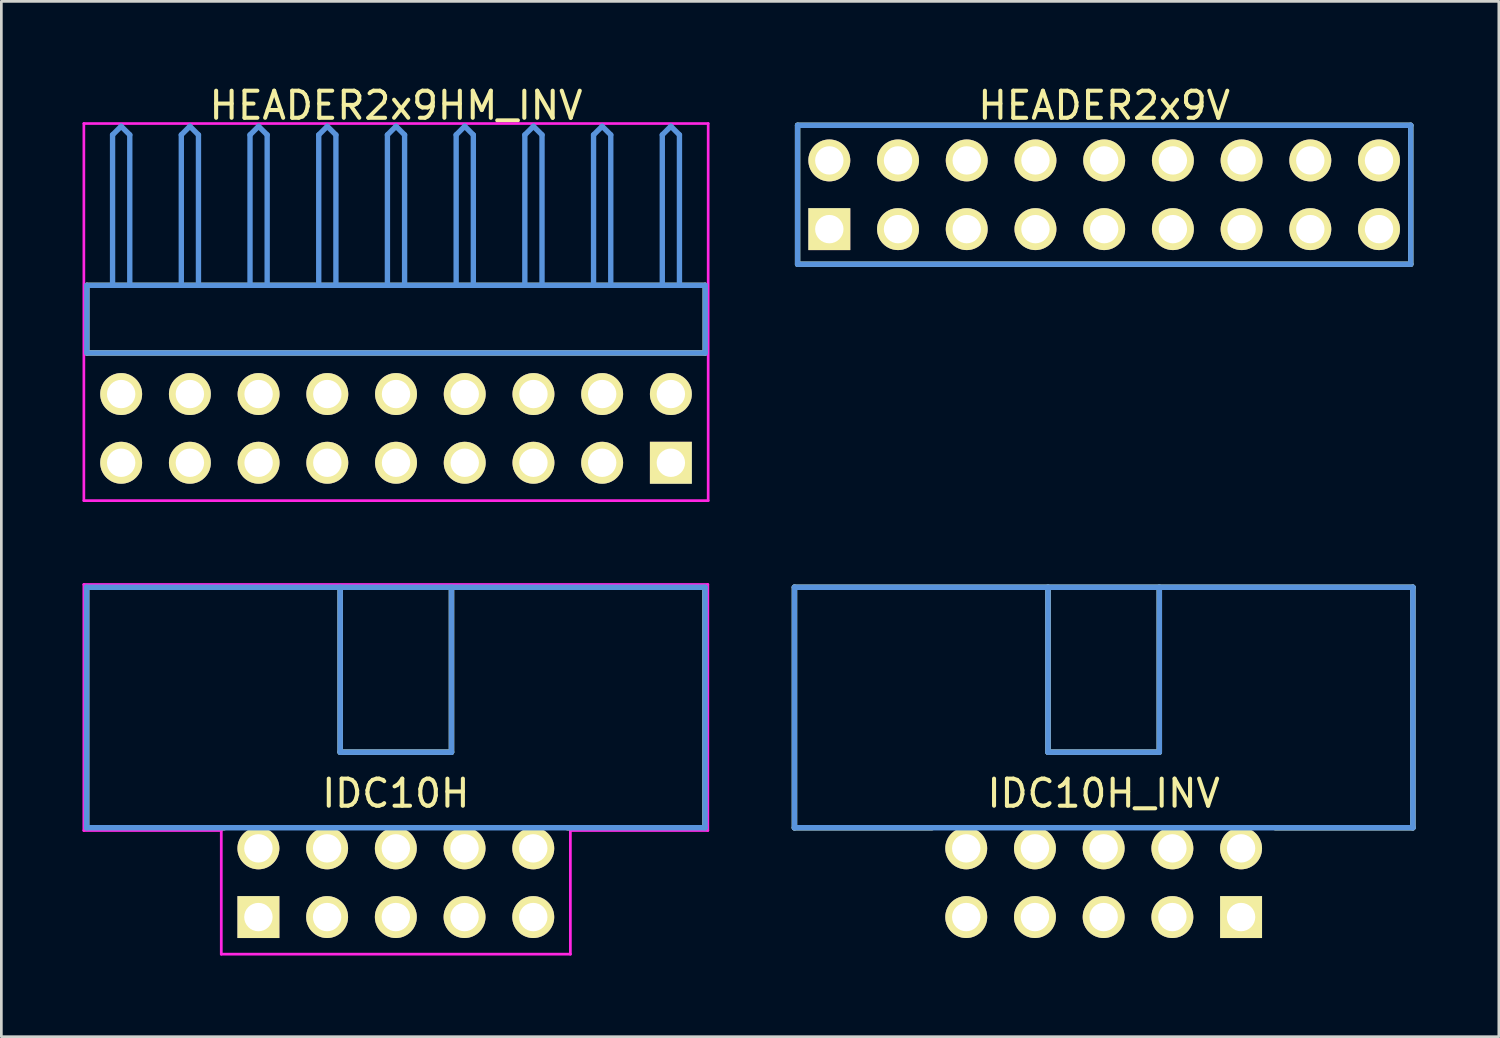
<source format=kicad_pcb>
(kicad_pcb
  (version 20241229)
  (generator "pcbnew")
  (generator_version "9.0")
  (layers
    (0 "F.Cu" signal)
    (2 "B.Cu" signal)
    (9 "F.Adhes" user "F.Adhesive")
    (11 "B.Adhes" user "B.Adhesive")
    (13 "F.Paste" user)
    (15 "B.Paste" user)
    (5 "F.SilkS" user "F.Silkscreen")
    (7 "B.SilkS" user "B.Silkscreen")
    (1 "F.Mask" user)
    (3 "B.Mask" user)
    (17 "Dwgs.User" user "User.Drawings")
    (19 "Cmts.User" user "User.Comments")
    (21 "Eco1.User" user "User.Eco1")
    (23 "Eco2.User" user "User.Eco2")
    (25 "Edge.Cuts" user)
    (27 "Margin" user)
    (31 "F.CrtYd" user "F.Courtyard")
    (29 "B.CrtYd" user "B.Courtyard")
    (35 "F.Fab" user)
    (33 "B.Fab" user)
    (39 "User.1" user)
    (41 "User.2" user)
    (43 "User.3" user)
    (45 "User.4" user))
  (footprint "IDC10H"
    (layer "F.Cu")
    (at 6.502 30.85)
    (property "Reference" "IDC10H" (at 5.08 -4.572 0) (layer "F.SilkS") (effects (font (size 1.001 1.001) (thickness 0.15))))
    (attr through_hole)
    (fp_line (start -6.35 -12.192) (end 16.51 -12.192) (stroke (width 0.203) (type solid)) (layer "F.SilkS"))
    (fp_line (start -6.35 -3.302) (end -6.35 -12.192) (stroke (width 0.203) (type solid)) (layer "F.SilkS"))
    (fp_line (start -6.35 -3.302) (end -1.27 -3.302) (stroke (width 0.203) (type solid)) (layer "F.SilkS"))
    (fp_line (start 3.023 -12.192) (end 3.023 -6.096) (stroke (width 0.203) (type solid)) (layer "F.SilkS"))
    (fp_line (start 3.023 -6.096) (end 7.137 -6.096) (stroke (width 0.203) (type solid)) (layer "F.SilkS"))
    (fp_line (start 7.137 -12.192) (end 7.137 -6.096) (stroke (width 0.203) (type solid)) (layer "F.SilkS"))
    (fp_line (start 16.51 -12.192) (end 16.51 -3.302) (stroke (width 0.203) (type solid)) (layer "F.SilkS"))
    (fp_line (start 16.51 -3.302) (end 11.43 -3.302) (stroke (width 0.203) (type solid)) (layer "F.SilkS"))
    (fp_line (start -6.35 -12.192) (end -6.35 -3.302) (stroke (width 0.203) (type solid)) (layer "Cmts.User"))
    (fp_line (start -6.35 -3.302) (end 16.51 -3.302) (stroke (width 0.203) (type solid)) (layer "Cmts.User"))
    (fp_line (start 3.023 -12.192) (end 3.023 -6.096) (stroke (width 0.203) (type solid)) (layer "Cmts.User"))
    (fp_line (start 3.023 -6.096) (end 7.137 -6.096) (stroke (width 0.203) (type solid)) (layer "Cmts.User"))
    (fp_line (start 7.137 -12.192) (end 7.137 -6.096) (stroke (width 0.203) (type solid)) (layer "Cmts.User"))
    (fp_line (start 16.51 -12.192) (end -6.35 -12.192) (stroke (width 0.203) (type solid)) (layer "Cmts.User"))
    (fp_line (start 16.51 -3.302) (end 16.51 -12.192) (stroke (width 0.203) (type solid)) (layer "Cmts.User"))
    (fp_line (start -6.452 -12.294) (end -6.452 -3.2) (stroke (width 0.102) (type solid)) (layer "F.CrtYd"))
    (fp_line (start -6.452 -3.2) (end -1.372 -3.2) (stroke (width 0.102) (type solid)) (layer "F.CrtYd"))
    (fp_line (start -1.372 -3.2) (end -1.372 1.372) (stroke (width 0.102) (type solid)) (layer "F.CrtYd"))
    (fp_line (start -1.372 1.372) (end 11.532 1.372) (stroke (width 0.102) (type solid)) (layer "F.CrtYd"))
    (fp_line (start 11.532 -3.2) (end 16.612 -3.2) (stroke (width 0.102) (type solid)) (layer "F.CrtYd"))
    (fp_line (start 11.532 1.372) (end 11.532 -3.2) (stroke (width 0.102) (type solid)) (layer "F.CrtYd"))
    (fp_line (start 16.612 -12.294) (end -6.452 -12.294) (stroke (width 0.102) (type solid)) (layer "F.CrtYd"))
    (fp_line (start 16.612 -3.2) (end 16.612 -12.294) (stroke (width 0.102) (type solid)) (layer "F.CrtYd"))
    (pad "1" thru_hole rect (at 0 0) (size 1.549 1.549) (drill 1.049) (layers "*.Cu" "*.Mask" "F.SilkS"))
    (pad "2" thru_hole circle (at 0 -2.54) (size 1.549 1.549) (drill 1.049) (layers "*.Cu" "*.Mask" "F.SilkS"))
    (pad "3" thru_hole circle (at 2.54 0) (size 1.549 1.549) (drill 1.049) (layers "*.Cu" "*.Mask" "F.SilkS"))
    (pad "4" thru_hole circle (at 2.54 -2.54) (size 1.549 1.549) (drill 1.049) (layers "*.Cu" "*.Mask" "F.SilkS"))
    (pad "5" thru_hole circle (at 5.08 0) (size 1.549 1.549) (drill 1.049) (layers "*.Cu" "*.Mask" "F.SilkS"))
    (pad "6" thru_hole circle (at 5.08 -2.54) (size 1.549 1.549) (drill 1.049) (layers "*.Cu" "*.Mask" "F.SilkS"))
    (pad "7" thru_hole circle (at 7.62 0) (size 1.549 1.549) (drill 1.049) (layers "*.Cu" "*.Mask" "F.SilkS"))
    (pad "8" thru_hole circle (at 7.62 -2.54) (size 1.549 1.549) (drill 1.049) (layers "*.Cu" "*.Mask" "F.SilkS"))
    (pad "9" thru_hole circle (at 10.16 0) (size 1.549 1.549) (drill 1.049) (layers "*.Cu" "*.Mask" "F.SilkS"))
    (pad "10" thru_hole circle (at 10.16 -2.54) (size 1.549 1.549) (drill 1.049) (layers "*.Cu" "*.Mask" "F.SilkS")))
  (footprint "IDC10H_INV"
    (layer "F.Cu")
    (at 32.667 30.85)
    (property "Reference" "IDC10H_INV" (at 5.08 -4.572 0) (layer "F.SilkS") (effects (font (size 1.001 1.001) (thickness 0.15))))
    (attr through_hole)
    (fp_line (start -6.35 -12.192) (end 16.51 -12.192) (stroke (width 0.203) (type solid)) (layer "F.SilkS"))
    (fp_line (start -6.35 -3.302) (end -6.35 -12.192) (stroke (width 0.203) (type solid)) (layer "F.SilkS"))
    (fp_line (start -6.35 -3.302) (end -1.27 -3.302) (stroke (width 0.203) (type solid)) (layer "F.SilkS"))
    (fp_line (start 3.023 -12.192) (end 3.023 -6.096) (stroke (width 0.203) (type solid)) (layer "F.SilkS"))
    (fp_line (start 3.023 -6.096) (end 7.137 -6.096) (stroke (width 0.203) (type solid)) (layer "F.SilkS"))
    (fp_line (start 7.137 -12.192) (end 7.137 -6.096) (stroke (width 0.203) (type solid)) (layer "F.SilkS"))
    (fp_line (start 16.51 -12.192) (end 16.51 -3.302) (stroke (width 0.203) (type solid)) (layer "F.SilkS"))
    (fp_line (start 16.51 -3.302) (end 11.43 -3.302) (stroke (width 0.203) (type solid)) (layer "F.SilkS"))
    (fp_line (start -6.35 -12.192) (end -6.35 -3.302) (stroke (width 0.203) (type solid)) (layer "Cmts.User"))
    (fp_line (start -6.35 -3.302) (end 16.51 -3.302) (stroke (width 0.203) (type solid)) (layer "Cmts.User"))
    (fp_line (start 3.023 -12.192) (end 3.023 -6.096) (stroke (width 0.203) (type solid)) (layer "Cmts.User"))
    (fp_line (start 3.023 -6.096) (end 7.137 -6.096) (stroke (width 0.203) (type solid)) (layer "Cmts.User"))
    (fp_line (start 7.137 -12.192) (end 7.137 -6.096) (stroke (width 0.203) (type solid)) (layer "Cmts.User"))
    (fp_line (start 16.51 -12.192) (end -6.35 -12.192) (stroke (width 0.203) (type solid)) (layer "Cmts.User"))
    (fp_line (start 16.51 -3.302) (end 16.51 -12.192) (stroke (width 0.203) (type solid)) (layer "Cmts.User"))
    (fp_line (start -6.452 -12.294) (end -6.452 -3.2) (stroke (width 0.102) (type solid)) (layer "Eco1.User"))
    (fp_line (start -6.452 -3.2) (end -1.372 -3.2) (stroke (width 0.102) (type solid)) (layer "Eco1.User"))
    (fp_line (start -1.372 -3.2) (end -1.372 1.372) (stroke (width 0.102) (type solid)) (layer "Eco1.User"))
    (fp_line (start -1.372 1.372) (end 11.532 1.372) (stroke (width 0.102) (type solid)) (layer "Eco1.User"))
    (fp_line (start 11.532 -3.2) (end 16.612 -3.2) (stroke (width 0.102) (type solid)) (layer "Eco1.User"))
    (fp_line (start 11.532 1.372) (end 11.532 -3.2) (stroke (width 0.102) (type solid)) (layer "Eco1.User"))
    (fp_line (start 16.612 -12.294) (end -6.452 -12.294) (stroke (width 0.102) (type solid)) (layer "Eco1.User"))
    (fp_line (start 16.612 -3.2) (end 16.612 -12.294) (stroke (width 0.102) (type solid)) (layer "Eco1.User"))
    (pad "1" thru_hole rect (at 10.16 0) (size 1.549 1.549) (drill 1.049) (layers "*.Cu" "*.Mask" "F.SilkS"))
    (pad "2" thru_hole circle (at 10.16 -2.54) (size 1.549 1.549) (drill 1.049) (layers "*.Cu" "*.Mask" "F.SilkS"))
    (pad "3" thru_hole circle (at 7.62 0) (size 1.549 1.549) (drill 1.049) (layers "*.Cu" "*.Mask" "F.SilkS"))
    (pad "4" thru_hole circle (at 7.62 -2.54) (size 1.549 1.549) (drill 1.049) (layers "*.Cu" "*.Mask" "F.SilkS"))
    (pad "5" thru_hole circle (at 5.08 0) (size 1.549 1.549) (drill 1.049) (layers "*.Cu" "*.Mask" "F.SilkS"))
    (pad "6" thru_hole circle (at 5.08 -2.54) (size 1.549 1.549) (drill 1.049) (layers "*.Cu" "*.Mask" "F.SilkS"))
    (pad "7" thru_hole circle (at 2.54 0) (size 1.549 1.549) (drill 1.049) (layers "*.Cu" "*.Mask" "F.SilkS"))
    (pad "8" thru_hole circle (at 2.54 -2.54) (size 1.549 1.549) (drill 1.049) (layers "*.Cu" "*.Mask" "F.SilkS"))
    (pad "9" thru_hole circle (at 0 0) (size 1.549 1.549) (drill 1.049) (layers "*.Cu" "*.Mask" "F.SilkS"))
    (pad "10" thru_hole circle (at 0 -2.54) (size 1.549 1.549) (drill 1.049) (layers "*.Cu" "*.Mask" "F.SilkS")))
  (footprint "HEADER2x9V"
    (layer "F.Cu")
    (at 27.606 5.42)
    (property "Reference" "HEADER2x9V" (at 10.16 -4.572 0) (layer "F.SilkS") (effects (font (size 1.001 1.001) (thickness 0.15))))
    (attr through_hole)
    (fp_line (start -1.173 -3.838) (end -1.173 1.298) (stroke (width 0.198) (type solid)) (layer "F.SilkS"))
    (fp_line (start -1.173 1.298) (end 21.493 1.298) (stroke (width 0.198) (type solid)) (layer "F.SilkS"))
    (fp_line (start 21.493 -3.838) (end -1.173 -3.838) (stroke (width 0.198) (type solid)) (layer "F.SilkS"))
    (fp_line (start 21.493 1.298) (end 21.493 -3.838) (stroke (width 0.198) (type solid)) (layer "F.SilkS"))
    (fp_line (start -1.173 -3.838) (end -1.173 1.298) (stroke (width 0.198) (type solid)) (layer "Cmts.User"))
    (fp_line (start -1.173 1.298) (end 21.493 1.298) (stroke (width 0.198) (type solid)) (layer "Cmts.User"))
    (fp_line (start 21.493 -3.838) (end -1.173 -3.838) (stroke (width 0.198) (type solid)) (layer "Cmts.User"))
    (fp_line (start 21.493 1.298) (end 21.493 -3.838) (stroke (width 0.198) (type solid)) (layer "Cmts.User"))
    (fp_line (start -1.379 -3.94) (end -1.379 1.4) (stroke (width 0.099) (type solid)) (layer "Eco1.User"))
    (fp_line (start -1.379 1.4) (end 21.699 1.4) (stroke (width 0.099) (type solid)) (layer "Eco1.User"))
    (fp_line (start 21.699 -3.94) (end -1.379 -3.94) (stroke (width 0.099) (type solid)) (layer "Eco1.User"))
    (fp_line (start 21.699 1.4) (end 21.699 -3.94) (stroke (width 0.099) (type solid)) (layer "Eco1.User"))
    (pad "1" thru_hole rect (at 0 0) (size 1.549 1.549) (drill 1.049) (layers "*.Cu" "*.Mask" "F.SilkS"))
    (pad "2" thru_hole circle (at 0 -2.54) (size 1.549 1.549) (drill 1.049) (layers "*.Cu" "*.Mask" "F.SilkS"))
    (pad "3" thru_hole circle (at 2.54 0) (size 1.549 1.549) (drill 1.049) (layers "*.Cu" "*.Mask" "F.SilkS"))
    (pad "4" thru_hole circle (at 2.54 -2.54) (size 1.549 1.549) (drill 1.049) (layers "*.Cu" "*.Mask" "F.SilkS"))
    (pad "5" thru_hole circle (at 5.08 0) (size 1.549 1.549) (drill 1.049) (layers "*.Cu" "*.Mask" "F.SilkS"))
    (pad "6" thru_hole circle (at 5.08 -2.54) (size 1.549 1.549) (drill 1.049) (layers "*.Cu" "*.Mask" "F.SilkS"))
    (pad "7" thru_hole circle (at 7.62 0) (size 1.549 1.549) (drill 1.049) (layers "*.Cu" "*.Mask" "F.SilkS"))
    (pad "8" thru_hole circle (at 7.62 -2.54) (size 1.549 1.549) (drill 1.049) (layers "*.Cu" "*.Mask" "F.SilkS"))
    (pad "9" thru_hole circle (at 10.16 0) (size 1.549 1.549) (drill 1.049) (layers "*.Cu" "*.Mask" "F.SilkS"))
    (pad "10" thru_hole circle (at 10.16 -2.54) (size 1.549 1.549) (drill 1.049) (layers "*.Cu" "*.Mask" "F.SilkS"))
    (pad "11" thru_hole circle (at 12.7 0) (size 1.549 1.549) (drill 1.049) (layers "*.Cu" "*.Mask" "F.SilkS"))
    (pad "12" thru_hole circle (at 12.7 -2.54) (size 1.549 1.549) (drill 1.049) (layers "*.Cu" "*.Mask" "F.SilkS"))
    (pad "13" thru_hole circle (at 15.24 0) (size 1.549 1.549) (drill 1.049) (layers "*.Cu" "*.Mask" "F.SilkS"))
    (pad "14" thru_hole circle (at 15.24 -2.54) (size 1.549 1.549) (drill 1.049) (layers "*.Cu" "*.Mask" "F.SilkS"))
    (pad "15" thru_hole circle (at 17.78 0) (size 1.549 1.549) (drill 1.049) (layers "*.Cu" "*.Mask" "F.SilkS"))
    (pad "16" thru_hole circle (at 17.78 -2.54) (size 1.549 1.549) (drill 1.049) (layers "*.Cu" "*.Mask" "F.SilkS"))
    (pad "17" thru_hole circle (at 20.32 0) (size 1.549 1.549) (drill 1.049) (layers "*.Cu" "*.Mask" "F.SilkS"))
    (pad "18" thru_hole circle (at 20.32 -2.54) (size 1.549 1.549) (drill 1.049) (layers "*.Cu" "*.Mask" "F.SilkS")))
  (footprint "HEADER2x9HM_INV"
    (layer "F.Cu")
    (at 1.429 14.056)
    (property "Reference" "HEADER2x9HM_INV" (at 10.16 -13.208 0) (layer "F.SilkS") (effects (font (size 1.001 1.001) (thickness 0.15))))
    (attr through_hole)
    (fp_line (start -1.27 -6.558) (end -1.27 -4.059) (stroke (width 0.198) (type solid)) (layer "F.SilkS"))
    (fp_line (start -1.27 -4.059) (end 21.59 -4.059) (stroke (width 0.198) (type solid)) (layer "F.SilkS"))
    (fp_line (start 21.59 -6.558) (end -1.27 -6.558) (stroke (width 0.198) (type solid)) (layer "F.SilkS"))
    (fp_line (start 21.59 -4.059) (end 21.59 -6.558) (stroke (width 0.198) (type solid)) (layer "F.SilkS"))
    (fp_line (start -1.27 -6.558) (end -1.27 -4.059) (stroke (width 0.198) (type solid)) (layer "Cmts.User"))
    (fp_line (start -1.27 -4.059) (end 21.59 -4.059) (stroke (width 0.198) (type solid)) (layer "Cmts.User"))
    (fp_line (start -0.318 -12.121) (end 0 -12.438) (stroke (width 0.198) (type solid)) (layer "Cmts.User"))
    (fp_line (start -0.318 -6.599) (end -0.318 -12.121) (stroke (width 0.198) (type solid)) (layer "Cmts.User"))
    (fp_line (start 0.318 -12.121) (end 0 -12.438) (stroke (width 0.198) (type solid)) (layer "Cmts.User"))
    (fp_line (start 0.318 -6.599) (end 0.318 -12.121) (stroke (width 0.198) (type solid)) (layer "Cmts.User"))
    (fp_line (start 2.223 -12.121) (end 2.54 -12.438) (stroke (width 0.198) (type solid)) (layer "Cmts.User"))
    (fp_line (start 2.223 -6.599) (end 2.223 -12.121) (stroke (width 0.198) (type solid)) (layer "Cmts.User"))
    (fp_line (start 2.857 -12.121) (end 2.54 -12.438) (stroke (width 0.198) (type solid)) (layer "Cmts.User"))
    (fp_line (start 2.857 -6.599) (end 2.857 -12.121) (stroke (width 0.198) (type solid)) (layer "Cmts.User"))
    (fp_line (start 4.763 -12.121) (end 5.08 -12.438) (stroke (width 0.198) (type solid)) (layer "Cmts.User"))
    (fp_line (start 4.763 -6.599) (end 4.763 -12.121) (stroke (width 0.198) (type solid)) (layer "Cmts.User"))
    (fp_line (start 5.397 -12.121) (end 5.08 -12.438) (stroke (width 0.198) (type solid)) (layer "Cmts.User"))
    (fp_line (start 5.397 -6.599) (end 5.397 -12.121) (stroke (width 0.198) (type solid)) (layer "Cmts.User"))
    (fp_line (start 7.303 -12.121) (end 7.62 -12.438) (stroke (width 0.198) (type solid)) (layer "Cmts.User"))
    (fp_line (start 7.303 -6.599) (end 7.303 -12.121) (stroke (width 0.198) (type solid)) (layer "Cmts.User"))
    (fp_line (start 7.938 -12.121) (end 7.62 -12.438) (stroke (width 0.198) (type solid)) (layer "Cmts.User"))
    (fp_line (start 7.938 -6.599) (end 7.938 -12.121) (stroke (width 0.198) (type solid)) (layer "Cmts.User"))
    (fp_line (start 9.842 -12.121) (end 10.16 -12.438) (stroke (width 0.198) (type solid)) (layer "Cmts.User"))
    (fp_line (start 9.842 -6.599) (end 9.842 -12.121) (stroke (width 0.198) (type solid)) (layer "Cmts.User"))
    (fp_line (start 10.477 -12.121) (end 10.16 -12.438) (stroke (width 0.198) (type solid)) (layer "Cmts.User"))
    (fp_line (start 10.477 -6.599) (end 10.477 -12.121) (stroke (width 0.198) (type solid)) (layer "Cmts.User"))
    (fp_line (start 12.383 -12.121) (end 12.7 -12.438) (stroke (width 0.198) (type solid)) (layer "Cmts.User"))
    (fp_line (start 12.383 -6.599) (end 12.383 -12.121) (stroke (width 0.198) (type solid)) (layer "Cmts.User"))
    (fp_line (start 13.018 -12.121) (end 12.7 -12.438) (stroke (width 0.198) (type solid)) (layer "Cmts.User"))
    (fp_line (start 13.018 -6.599) (end 13.018 -12.121) (stroke (width 0.198) (type solid)) (layer "Cmts.User"))
    (fp_line (start 14.922 -12.121) (end 15.24 -12.438) (stroke (width 0.198) (type solid)) (layer "Cmts.User"))
    (fp_line (start 14.922 -6.599) (end 14.922 -12.121) (stroke (width 0.198) (type solid)) (layer "Cmts.User"))
    (fp_line (start 15.557 -12.121) (end 15.24 -12.438) (stroke (width 0.198) (type solid)) (layer "Cmts.User"))
    (fp_line (start 15.557 -6.599) (end 15.557 -12.121) (stroke (width 0.198) (type solid)) (layer "Cmts.User"))
    (fp_line (start 17.462 -12.121) (end 17.78 -12.438) (stroke (width 0.198) (type solid)) (layer "Cmts.User"))
    (fp_line (start 17.462 -6.599) (end 17.462 -12.121) (stroke (width 0.198) (type solid)) (layer "Cmts.User"))
    (fp_line (start 18.098 -12.121) (end 17.78 -12.438) (stroke (width 0.198) (type solid)) (layer "Cmts.User"))
    (fp_line (start 18.098 -6.599) (end 18.098 -12.121) (stroke (width 0.198) (type solid)) (layer "Cmts.User"))
    (fp_line (start 20.003 -12.121) (end 20.32 -12.438) (stroke (width 0.198) (type solid)) (layer "Cmts.User"))
    (fp_line (start 20.003 -6.599) (end 20.003 -12.121) (stroke (width 0.198) (type solid)) (layer "Cmts.User"))
    (fp_line (start 20.637 -12.121) (end 20.32 -12.438) (stroke (width 0.198) (type solid)) (layer "Cmts.User"))
    (fp_line (start 20.637 -6.599) (end 20.637 -12.121) (stroke (width 0.198) (type solid)) (layer "Cmts.User"))
    (fp_line (start 21.59 -6.558) (end -1.27 -6.558) (stroke (width 0.198) (type solid)) (layer "Cmts.User"))
    (fp_line (start 21.59 -4.059) (end 21.59 -6.558) (stroke (width 0.198) (type solid)) (layer "Cmts.User"))
    (fp_line (start -1.379 -12.54) (end 21.699 -12.54) (stroke (width 0.099) (type solid)) (layer "F.CrtYd"))
    (fp_line (start -1.379 1.4) (end -1.379 -12.54) (stroke (width 0.099) (type solid)) (layer "F.CrtYd"))
    (fp_line (start 21.699 -12.54) (end 21.699 1.4) (stroke (width 0.099) (type solid)) (layer "F.CrtYd"))
    (fp_line (start 21.699 1.4) (end -1.379 1.4) (stroke (width 0.099) (type solid)) (layer "F.CrtYd"))
    (pad "1" thru_hole rect (at 20.32 0) (size 1.549 1.549) (drill 1.049) (layers "*.Cu" "*.Mask" "F.SilkS"))
    (pad "2" thru_hole circle (at 20.32 -2.54) (size 1.549 1.549) (drill 1.049) (layers "*.Cu" "*.Mask" "F.SilkS"))
    (pad "3" thru_hole circle (at 17.78 0) (size 1.549 1.549) (drill 1.049) (layers "*.Cu" "*.Mask" "F.SilkS"))
    (pad "4" thru_hole circle (at 17.78 -2.54) (size 1.549 1.549) (drill 1.049) (layers "*.Cu" "*.Mask" "F.SilkS"))
    (pad "5" thru_hole circle (at 15.24 0) (size 1.549 1.549) (drill 1.049) (layers "*.Cu" "*.Mask" "F.SilkS"))
    (pad "6" thru_hole circle (at 15.24 -2.54) (size 1.549 1.549) (drill 1.049) (layers "*.Cu" "*.Mask" "F.SilkS"))
    (pad "7" thru_hole circle (at 12.7 0) (size 1.549 1.549) (drill 1.049) (layers "*.Cu" "*.Mask" "F.SilkS"))
    (pad "8" thru_hole circle (at 12.7 -2.54) (size 1.549 1.549) (drill 1.049) (layers "*.Cu" "*.Mask" "F.SilkS"))
    (pad "9" thru_hole circle (at 10.16 0) (size 1.549 1.549) (drill 1.049) (layers "*.Cu" "*.Mask" "F.SilkS"))
    (pad "10" thru_hole circle (at 10.16 -2.54) (size 1.549 1.549) (drill 1.049) (layers "*.Cu" "*.Mask" "F.SilkS"))
    (pad "11" thru_hole circle (at 7.62 0) (size 1.549 1.549) (drill 1.049) (layers "*.Cu" "*.Mask" "F.SilkS"))
    (pad "12" thru_hole circle (at 7.62 -2.54) (size 1.549 1.549) (drill 1.049) (layers "*.Cu" "*.Mask" "F.SilkS"))
    (pad "13" thru_hole circle (at 5.08 0) (size 1.549 1.549) (drill 1.049) (layers "*.Cu" "*.Mask" "F.SilkS"))
    (pad "14" thru_hole circle (at 5.08 -2.54) (size 1.549 1.549) (drill 1.049) (layers "*.Cu" "*.Mask" "F.SilkS"))
    (pad "15" thru_hole circle (at 2.54 0) (size 1.549 1.549) (drill 1.049) (layers "*.Cu" "*.Mask" "F.SilkS"))
    (pad "16" thru_hole circle (at 2.54 -2.54) (size 1.549 1.549) (drill 1.049) (layers "*.Cu" "*.Mask" "F.SilkS"))
    (pad "17" thru_hole circle (at 0 0) (size 1.549 1.549) (drill 1.049) (layers "*.Cu" "*.Mask" "F.SilkS"))
    (pad "18" thru_hole circle (at 0 -2.54) (size 1.549 1.549) (drill 1.049) (layers "*.Cu" "*.Mask" "F.SilkS")))
  (gr_rect
    (start -3 -3)
    (end 52.355 35.272)
    (stroke (width 0.1) (type default))
    (fill no)
    (layer "Edge.Cuts")))
</source>
